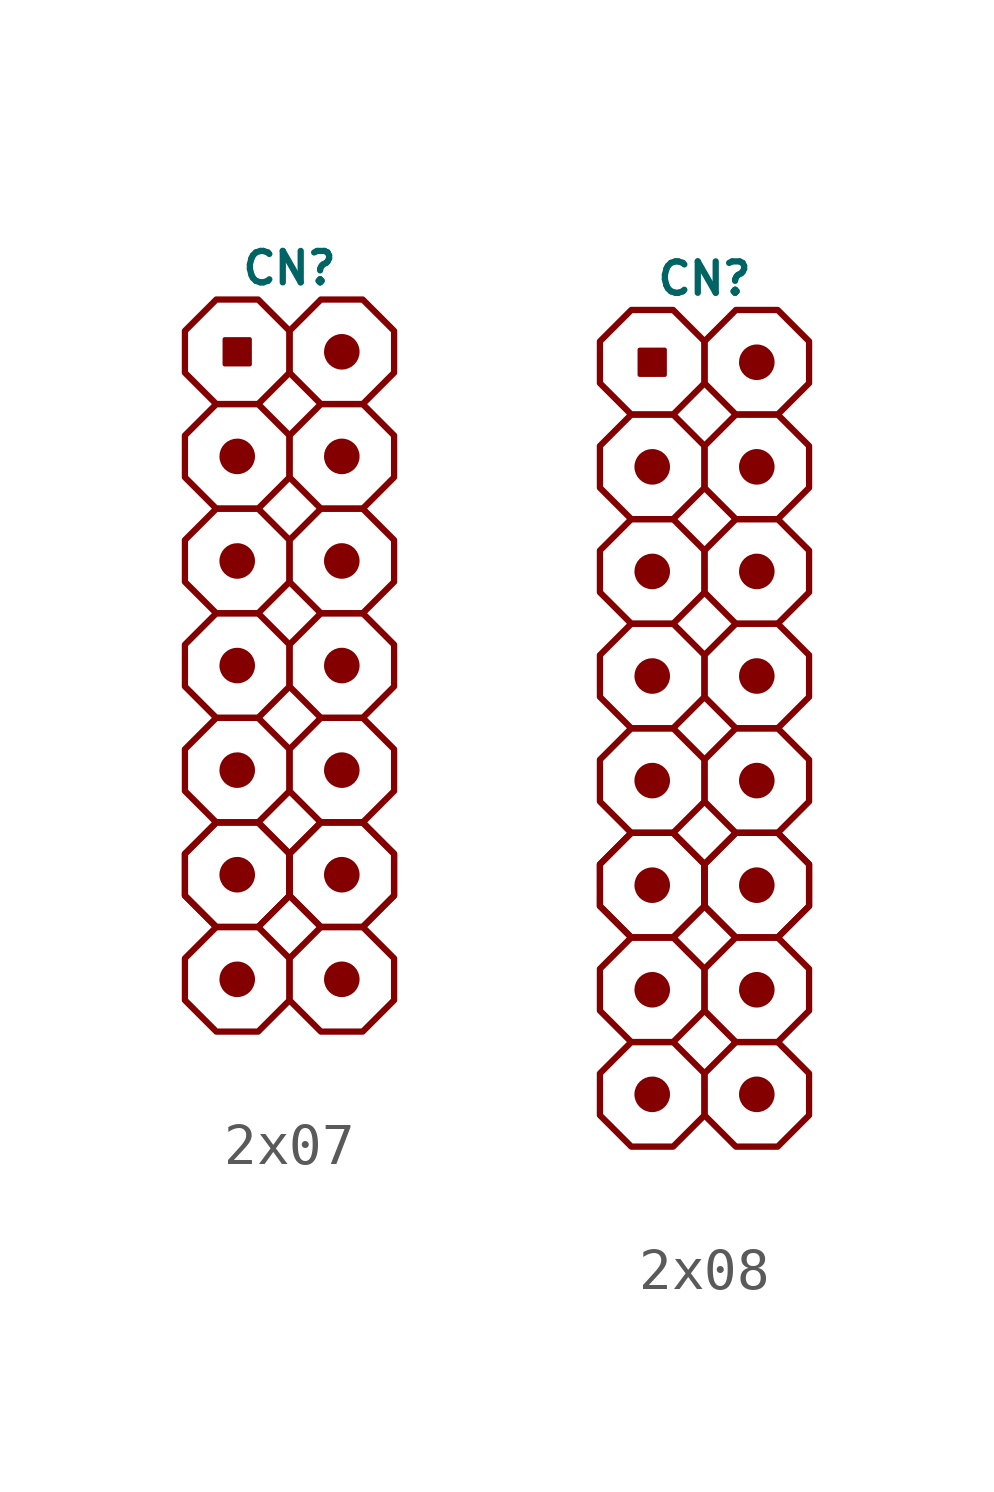
<source format=kicad_sym>
(kicad_symbol_lib
  (version 20220914)
  (generator kicad_symbol_editor)
  (symbol "2x07"
    (pin_numbers hide)
    (pin_names
      (offset 0) hide)
    (property "Reference" "CN"
      (at 0 9.652 0)
      (effects (font (size 0.762 0.762))))
    (symbol "2x07_0_1"
      (rectangle (start -1.575 7.925) (end -0.965 7.315) (stroke (width 0.102) (type solid)) (fill (type outline)))
      (circle (center -1.27 -7.62) (radius 0.356) (stroke (width 0) (type solid)) (fill (type outline)))
      (circle (center -1.27 -5.08) (radius 0.356) (stroke (width 0) (type solid)) (fill (type outline)))
      (circle (center -1.27 -2.54) (radius 0.356) (stroke (width 0) (type solid)) (fill (type outline)))
      (circle (center -1.27 0) (radius 0.356) (stroke (width 0) (type solid)) (fill (type outline)))
      (circle (center -1.27 2.54) (radius 0.356) (stroke (width 0) (type solid)) (fill (type outline)))
      (circle (center -1.27 5.08) (radius 0.356) (stroke (width 0) (type solid)) (fill (type outline)))
      (polyline (pts (xy -1.27 -8.89) (xy -1.778 -8.89) (xy -2.54 -8.128) (xy -2.54 -7.112) (xy -1.778 -6.35) (xy -0.762 -6.35) (xy 0 -7.112) (xy 0 -8.128) (xy -0.762 -8.89) (xy -1.27 -8.89)) (stroke (width 0) (type solid)) (fill (type none)))
      (polyline (pts (xy -1.27 -6.35) (xy -1.778 -6.35) (xy -2.54 -5.588) (xy -2.54 -4.572) (xy -1.778 -3.81) (xy -0.762 -3.81) (xy 0 -4.572) (xy 0 -5.588) (xy -0.762 -6.35) (xy -1.27 -6.35)) (stroke (width 0) (type solid)) (fill (type none)))
      (polyline (pts (xy -1.27 -6.35) (xy -1.778 -6.35) (xy -2.54 -5.588) (xy -2.54 -4.572) (xy -1.778 -3.81) (xy -0.762 -3.81) (xy 0 -4.572) (xy 0 -5.588) (xy -0.762 -6.35) (xy -1.27 -6.35)) (stroke (width 0) (type solid)) (fill (type none)))
      (polyline (pts (xy -1.27 -3.81) (xy -1.778 -3.81) (xy -2.54 -3.048) (xy -2.54 -2.032) (xy -1.778 -1.27) (xy -0.762 -1.27) (xy 0 -2.032) (xy 0 -3.048) (xy -0.762 -3.81) (xy -1.27 -3.81)) (stroke (width 0) (type solid)) (fill (type none)))
      (polyline (pts (xy -1.27 -1.27) (xy -1.778 -1.27) (xy -2.54 -0.508) (xy -2.54 0.508) (xy -1.778 1.27) (xy -0.762 1.27) (xy 0 0.508) (xy 0 -0.508) (xy -0.762 -1.27) (xy -1.27 -1.27)) (stroke (width 0) (type solid)) (fill (type none)))
      (polyline (pts (xy -1.27 1.27) (xy -1.778 1.27) (xy -2.54 2.032) (xy -2.54 3.048) (xy -1.778 3.81) (xy -0.762 3.81) (xy 0 3.048) (xy 0 2.032) (xy -0.762 1.27) (xy -1.27 1.27)) (stroke (width 0) (type solid)) (fill (type none)))
      (polyline (pts (xy -1.27 3.81) (xy -1.778 3.81) (xy -2.54 4.572) (xy -2.54 5.588) (xy -1.778 6.35) (xy -0.762 6.35) (xy 0 5.588) (xy 0 4.572) (xy -0.762 3.81) (xy -1.27 3.81)) (stroke (width 0) (type solid)) (fill (type none)))
      (polyline (pts (xy -1.27 6.35) (xy -1.778 6.35) (xy -2.54 7.112) (xy -2.54 8.128) (xy -1.778 8.89) (xy -0.762 8.89) (xy 0 8.128) (xy 0 7.112) (xy -0.762 6.35) (xy -1.27 6.35)) (stroke (width 0) (type solid)) (fill (type none)))
      (polyline (pts (xy 1.27 -8.89) (xy 0.762 -8.89) (xy 0 -8.128) (xy 0 -7.112) (xy 0.762 -6.35) (xy 1.778 -6.35) (xy 2.54 -7.112) (xy 2.54 -8.128) (xy 1.778 -8.89) (xy 1.27 -8.89)) (stroke (width 0) (type solid)) (fill (type none)))
      (polyline (pts (xy 1.27 -6.35) (xy 0.762 -6.35) (xy 0 -5.588) (xy 0 -4.572) (xy 0.762 -3.81) (xy 1.778 -3.81) (xy 2.54 -4.572) (xy 2.54 -5.588) (xy 1.778 -6.35) (xy 1.27 -6.35)) (stroke (width 0) (type solid)) (fill (type none)))
      (polyline (pts (xy 1.27 -6.35) (xy 0.762 -6.35) (xy 0 -5.588) (xy 0 -4.572) (xy 0.762 -3.81) (xy 1.778 -3.81) (xy 2.54 -4.572) (xy 2.54 -5.588) (xy 1.778 -6.35) (xy 1.27 -6.35)) (stroke (width 0) (type solid)) (fill (type none)))
      (polyline (pts (xy 1.27 -3.81) (xy 0.762 -3.81) (xy 0 -3.048) (xy 0 -2.032) (xy 0.762 -1.27) (xy 1.778 -1.27) (xy 2.54 -2.032) (xy 2.54 -3.048) (xy 1.778 -3.81) (xy 1.27 -3.81)) (stroke (width 0) (type solid)) (fill (type none)))
      (polyline (pts (xy 1.27 -1.27) (xy 0.762 -1.27) (xy 0 -0.508) (xy 0 0.508) (xy 0.762 1.27) (xy 1.778 1.27) (xy 2.54 0.508) (xy 2.54 -0.508) (xy 1.778 -1.27) (xy 1.27 -1.27)) (stroke (width 0) (type solid)) (fill (type none)))
      (polyline (pts (xy 1.27 1.27) (xy 0.762 1.27) (xy 0 2.032) (xy 0 3.048) (xy 0.762 3.81) (xy 1.778 3.81) (xy 2.54 3.048) (xy 2.54 2.032) (xy 1.778 1.27) (xy 1.27 1.27)) (stroke (width 0) (type solid)) (fill (type none)))
      (polyline (pts (xy 1.27 3.81) (xy 0.762 3.81) (xy 0 4.572) (xy 0 5.588) (xy 0.762 6.35) (xy 1.778 6.35) (xy 2.54 5.588) (xy 2.54 4.572) (xy 1.778 3.81) (xy 1.27 3.81)) (stroke (width 0) (type solid)) (fill (type none)))
      (polyline (pts (xy 1.27 6.35) (xy 0.762 6.35) (xy 0 7.112) (xy 0 8.128) (xy 0.762 8.89) (xy 1.778 8.89) (xy 2.54 8.128) (xy 2.54 7.112) (xy 1.778 6.35) (xy 1.27 6.35)) (stroke (width 0) (type solid)) (fill (type none)))
      (circle (center 1.27 -7.62) (radius 0.356) (stroke (width 0) (type solid)) (fill (type outline)))
      (circle (center 1.27 -5.08) (radius 0.356) (stroke (width 0) (type solid)) (fill (type outline)))
      (circle (center 1.27 -2.54) (radius 0.356) (stroke (width 0) (type solid)) (fill (type outline)))
      (circle (center 1.27 0) (radius 0.356) (stroke (width 0) (type solid)) (fill (type outline)))
      (circle (center 1.27 2.54) (radius 0.356) (stroke (width 0) (type solid)) (fill (type outline)))
      (circle (center 1.27 5.08) (radius 0.356) (stroke (width 0) (type solid)) (fill (type outline)))
      (circle (center 1.27 7.62) (radius 0.356) (stroke (width 0) (type solid)) (fill (type outline))))
    (symbol "2x07_1_1"
      (pin passive line (at -1.27 7.62 0) (length 0) (name "1" (effects (font (size 0.889 0.889)))) (number "1" (effects (font (size 0.889 0.889)))))
      (pin passive line (at 1.27 -2.54 180) (length 0) (name "10" (effects (font (size 0.889 0.889)))) (number "10" (effects (font (size 0.889 0.889)))))
      (pin passive line (at -1.27 -5.08 0) (length 0) (name "11" (effects (font (size 0.889 0.889)))) (number "11" (effects (font (size 0.889 0.889)))))
      (pin passive line (at 1.27 -5.08 180) (length 0) (name "12" (effects (font (size 0.889 0.889)))) (number "12" (effects (font (size 0.889 0.889)))))
      (pin passive line (at -1.27 -7.62 0) (length 0) (name "13" (effects (font (size 0.889 0.889)))) (number "13" (effects (font (size 0.889 0.889)))))
      (pin passive line (at 1.27 -7.62 180) (length 0) (name "14" (effects (font (size 0.889 0.889)))) (number "14" (effects (font (size 0.889 0.889)))))
      (pin passive line (at 1.27 7.62 180) (length 0) (name "2" (effects (font (size 0.889 0.889)))) (number "2" (effects (font (size 0.889 0.889)))))
      (pin passive line (at -1.27 5.08 0) (length 0) (name "3" (effects (font (size 0.889 0.889)))) (number "3" (effects (font (size 0.889 0.889)))))
      (pin passive line (at 1.27 5.08 180) (length 0) (name "4" (effects (font (size 0.889 0.889)))) (number "4" (effects (font (size 0.889 0.889)))))
      (pin passive line (at -1.27 2.54 0) (length 0) (name "5" (effects (font (size 0.889 0.889)))) (number "5" (effects (font (size 0.889 0.889)))))
      (pin passive line (at 1.27 2.54 180) (length 0) (name "6" (effects (font (size 0.889 0.889)))) (number "6" (effects (font (size 0.889 0.889)))))
      (pin passive line (at -1.27 0 0) (length 0) (name "7" (effects (font (size 0.889 0.889)))) (number "7" (effects (font (size 0.889 0.889)))))
      (pin passive line (at 1.27 0 180) (length 0) (name "8" (effects (font (size 0.889 0.889)))) (number "8" (effects (font (size 0.889 0.889)))))
      (pin passive line (at -1.27 -2.54 0) (length 0) (name "9" (effects (font (size 0.889 0.889)))) (number "9" (effects (font (size 0.889 0.889)))))))
  (symbol "2x08"
    (pin_numbers hide)
    (pin_names
      (offset 0) hide)
    (property "Reference" "CN"
      (at 0 10.922 0)
      (effects (font (size 0.762 0.762))))
    (symbol "2x08_0_1"
      (rectangle (start -1.575 9.195) (end -0.965 8.585) (stroke (width 0.102) (type solid)) (fill (type outline)))
      (circle (center -1.27 -8.89) (radius 0.356) (stroke (width 0) (type solid)) (fill (type outline)))
      (circle (center -1.27 -6.35) (radius 0.356) (stroke (width 0) (type solid)) (fill (type outline)))
      (circle (center -1.27 -3.81) (radius 0.356) (stroke (width 0) (type solid)) (fill (type outline)))
      (circle (center -1.27 -1.27) (radius 0.356) (stroke (width 0) (type solid)) (fill (type outline)))
      (circle (center -1.27 1.27) (radius 0.356) (stroke (width 0) (type solid)) (fill (type outline)))
      (circle (center -1.27 3.81) (radius 0.356) (stroke (width 0) (type solid)) (fill (type outline)))
      (circle (center -1.27 6.35) (radius 0.356) (stroke (width 0) (type solid)) (fill (type outline)))
      (polyline (pts (xy -1.27 -10.16) (xy -1.778 -10.16) (xy -2.54 -9.398) (xy -2.54 -8.382) (xy -1.778 -7.62) (xy -0.762 -7.62) (xy 0 -8.382) (xy 0 -9.398) (xy -0.762 -10.16) (xy -1.27 -10.16)) (stroke (width 0) (type solid)) (fill (type none)))
      (polyline (pts (xy -1.27 -7.62) (xy -1.778 -7.62) (xy -2.54 -6.858) (xy -2.54 -5.842) (xy -1.778 -5.08) (xy -0.762 -5.08) (xy 0 -5.842) (xy 0 -6.858) (xy -0.762 -7.62) (xy -1.27 -7.62)) (stroke (width 0) (type solid)) (fill (type none)))
      (polyline (pts (xy -1.27 -5.08) (xy -1.778 -5.08) (xy -2.54 -4.318) (xy -2.54 -3.302) (xy -1.778 -2.54) (xy -0.762 -2.54) (xy 0 -3.302) (xy 0 -4.318) (xy -0.762 -5.08) (xy -1.27 -5.08)) (stroke (width 0) (type solid)) (fill (type none)))
      (polyline (pts (xy -1.27 -5.08) (xy -1.778 -5.08) (xy -2.54 -4.318) (xy -2.54 -3.302) (xy -1.778 -2.54) (xy -0.762 -2.54) (xy 0 -3.302) (xy 0 -4.318) (xy -0.762 -5.08) (xy -1.27 -5.08)) (stroke (width 0) (type solid)) (fill (type none)))
      (polyline (pts (xy -1.27 -2.54) (xy -1.778 -2.54) (xy -2.54 -1.778) (xy -2.54 -0.762) (xy -1.778 0) (xy -0.762 0) (xy 0 -0.762) (xy 0 -1.778) (xy -0.762 -2.54) (xy -1.27 -2.54)) (stroke (width 0) (type solid)) (fill (type none)))
      (polyline (pts (xy -1.27 0) (xy -1.778 0) (xy -2.54 0.762) (xy -2.54 1.778) (xy -1.778 2.54) (xy -0.762 2.54) (xy 0 1.778) (xy 0 0.762) (xy -0.762 0) (xy -1.27 0)) (stroke (width 0) (type solid)) (fill (type none)))
      (polyline (pts (xy -1.27 2.54) (xy -1.778 2.54) (xy -2.54 3.302) (xy -2.54 4.318) (xy -1.778 5.08) (xy -0.762 5.08) (xy 0 4.318) (xy 0 3.302) (xy -0.762 2.54) (xy -1.27 2.54)) (stroke (width 0) (type solid)) (fill (type none)))
      (polyline (pts (xy -1.27 5.08) (xy -1.778 5.08) (xy -2.54 5.842) (xy -2.54 6.858) (xy -1.778 7.62) (xy -0.762 7.62) (xy 0 6.858) (xy 0 5.842) (xy -0.762 5.08) (xy -1.27 5.08)) (stroke (width 0) (type solid)) (fill (type none)))
      (polyline (pts (xy -1.27 7.62) (xy -1.778 7.62) (xy -2.54 8.382) (xy -2.54 9.398) (xy -1.778 10.16) (xy -0.762 10.16) (xy 0 9.398) (xy 0 8.382) (xy -0.762 7.62) (xy -1.27 7.62)) (stroke (width 0) (type solid)) (fill (type none)))
      (polyline (pts (xy 1.27 -10.16) (xy 0.762 -10.16) (xy 0 -9.398) (xy 0 -8.382) (xy 0.762 -7.62) (xy 1.778 -7.62) (xy 2.54 -8.382) (xy 2.54 -9.398) (xy 1.778 -10.16) (xy 1.27 -10.16)) (stroke (width 0) (type solid)) (fill (type none)))
      (polyline (pts (xy 1.27 -7.62) (xy 0.762 -7.62) (xy 0 -6.858) (xy 0 -5.842) (xy 0.762 -5.08) (xy 1.778 -5.08) (xy 2.54 -5.842) (xy 2.54 -6.858) (xy 1.778 -7.62) (xy 1.27 -7.62)) (stroke (width 0) (type solid)) (fill (type none)))
      (polyline (pts (xy 1.27 -5.08) (xy 0.762 -5.08) (xy 0 -4.318) (xy 0 -3.302) (xy 0.762 -2.54) (xy 1.778 -2.54) (xy 2.54 -3.302) (xy 2.54 -4.318) (xy 1.778 -5.08) (xy 1.27 -5.08)) (stroke (width 0) (type solid)) (fill (type none)))
      (polyline (pts (xy 1.27 -5.08) (xy 0.762 -5.08) (xy 0 -4.318) (xy 0 -3.302) (xy 0.762 -2.54) (xy 1.778 -2.54) (xy 2.54 -3.302) (xy 2.54 -4.318) (xy 1.778 -5.08) (xy 1.27 -5.08)) (stroke (width 0) (type solid)) (fill (type none)))
      (polyline (pts (xy 1.27 -2.54) (xy 0.762 -2.54) (xy 0 -1.778) (xy 0 -0.762) (xy 0.762 0) (xy 1.778 0) (xy 2.54 -0.762) (xy 2.54 -1.778) (xy 1.778 -2.54) (xy 1.27 -2.54)) (stroke (width 0) (type solid)) (fill (type none)))
      (polyline (pts (xy 1.27 0) (xy 0.762 0) (xy 0 0.762) (xy 0 1.778) (xy 0.762 2.54) (xy 1.778 2.54) (xy 2.54 1.778) (xy 2.54 0.762) (xy 1.778 0) (xy 1.27 0)) (stroke (width 0) (type solid)) (fill (type none)))
      (polyline (pts (xy 1.27 2.54) (xy 0.762 2.54) (xy 0 3.302) (xy 0 4.318) (xy 0.762 5.08) (xy 1.778 5.08) (xy 2.54 4.318) (xy 2.54 3.302) (xy 1.778 2.54) (xy 1.27 2.54)) (stroke (width 0) (type solid)) (fill (type none)))
      (polyline (pts (xy 1.27 5.08) (xy 0.762 5.08) (xy 0 5.842) (xy 0 6.858) (xy 0.762 7.62) (xy 1.778 7.62) (xy 2.54 6.858) (xy 2.54 5.842) (xy 1.778 5.08) (xy 1.27 5.08)) (stroke (width 0) (type solid)) (fill (type none)))
      (polyline (pts (xy 1.27 7.62) (xy 0.762 7.62) (xy 0 8.382) (xy 0 9.398) (xy 0.762 10.16) (xy 1.778 10.16) (xy 2.54 9.398) (xy 2.54 8.382) (xy 1.778 7.62) (xy 1.27 7.62)) (stroke (width 0) (type solid)) (fill (type none)))
      (circle (center 1.27 -8.89) (radius 0.356) (stroke (width 0) (type solid)) (fill (type outline)))
      (circle (center 1.27 -6.35) (radius 0.356) (stroke (width 0) (type solid)) (fill (type outline)))
      (circle (center 1.27 -3.81) (radius 0.356) (stroke (width 0) (type solid)) (fill (type outline)))
      (circle (center 1.27 -1.27) (radius 0.356) (stroke (width 0) (type solid)) (fill (type outline)))
      (circle (center 1.27 1.27) (radius 0.356) (stroke (width 0) (type solid)) (fill (type outline)))
      (circle (center 1.27 3.81) (radius 0.356) (stroke (width 0) (type solid)) (fill (type outline)))
      (circle (center 1.27 6.35) (radius 0.356) (stroke (width 0) (type solid)) (fill (type outline)))
      (circle (center 1.27 8.89) (radius 0.356) (stroke (width 0) (type solid)) (fill (type outline))))
    (symbol "2x08_1_1"
      (pin passive line (at -1.27 8.89 0) (length 0) (name "1" (effects (font (size 0.889 0.889)))) (number "1" (effects (font (size 0.889 0.889)))))
      (pin passive line (at 1.27 -1.27 180) (length 0) (name "10" (effects (font (size 0.889 0.889)))) (number "10" (effects (font (size 0.889 0.889)))))
      (pin passive line (at -1.27 -3.81 0) (length 0) (name "11" (effects (font (size 0.889 0.889)))) (number "11" (effects (font (size 0.889 0.889)))))
      (pin passive line (at 1.27 -3.81 180) (length 0) (name "12" (effects (font (size 0.889 0.889)))) (number "12" (effects (font (size 0.889 0.889)))))
      (pin passive line (at -1.27 -6.35 0) (length 0) (name "13" (effects (font (size 0.889 0.889)))) (number "13" (effects (font (size 0.889 0.889)))))
      (pin passive line (at 1.27 -6.35 180) (length 0) (name "14" (effects (font (size 0.889 0.889)))) (number "14" (effects (font (size 0.889 0.889)))))
      (pin passive line (at -1.27 -8.89 0) (length 0) (name "15" (effects (font (size 0.889 0.889)))) (number "15" (effects (font (size 0.889 0.889)))))
      (pin passive line (at 1.27 -8.89 180) (length 0) (name "16" (effects (font (size 0.889 0.889)))) (number "16" (effects (font (size 0.889 0.889)))))
      (pin passive line (at 1.27 8.89 180) (length 0) (name "2" (effects (font (size 0.889 0.889)))) (number "2" (effects (font (size 0.889 0.889)))))
      (pin passive line (at -1.27 6.35 0) (length 0) (name "3" (effects (font (size 0.889 0.889)))) (number "3" (effects (font (size 0.889 0.889)))))
      (pin passive line (at 1.27 6.35 180) (length 0) (name "4" (effects (font (size 0.889 0.889)))) (number "4" (effects (font (size 0.889 0.889)))))
      (pin passive line (at -1.27 3.81 0) (length 0) (name "5" (effects (font (size 0.889 0.889)))) (number "5" (effects (font (size 0.889 0.889)))))
      (pin passive line (at 1.27 3.81 180) (length 0) (name "6" (effects (font (size 0.889 0.889)))) (number "6" (effects (font (size 0.889 0.889)))))
      (pin passive line (at -1.27 1.27 0) (length 0) (name "7" (effects (font (size 0.889 0.889)))) (number "7" (effects (font (size 0.889 0.889)))))
      (pin passive line (at 1.27 1.27 180) (length 0) (name "8" (effects (font (size 0.889 0.889)))) (number "8" (effects (font (size 0.889 0.889)))))
      (pin passive line (at -1.27 -1.27 0) (length 0) (name "9" (effects (font (size 0.889 0.889)))) (number "9" (effects (font (size 0.889 0.889))))))))
</source>
